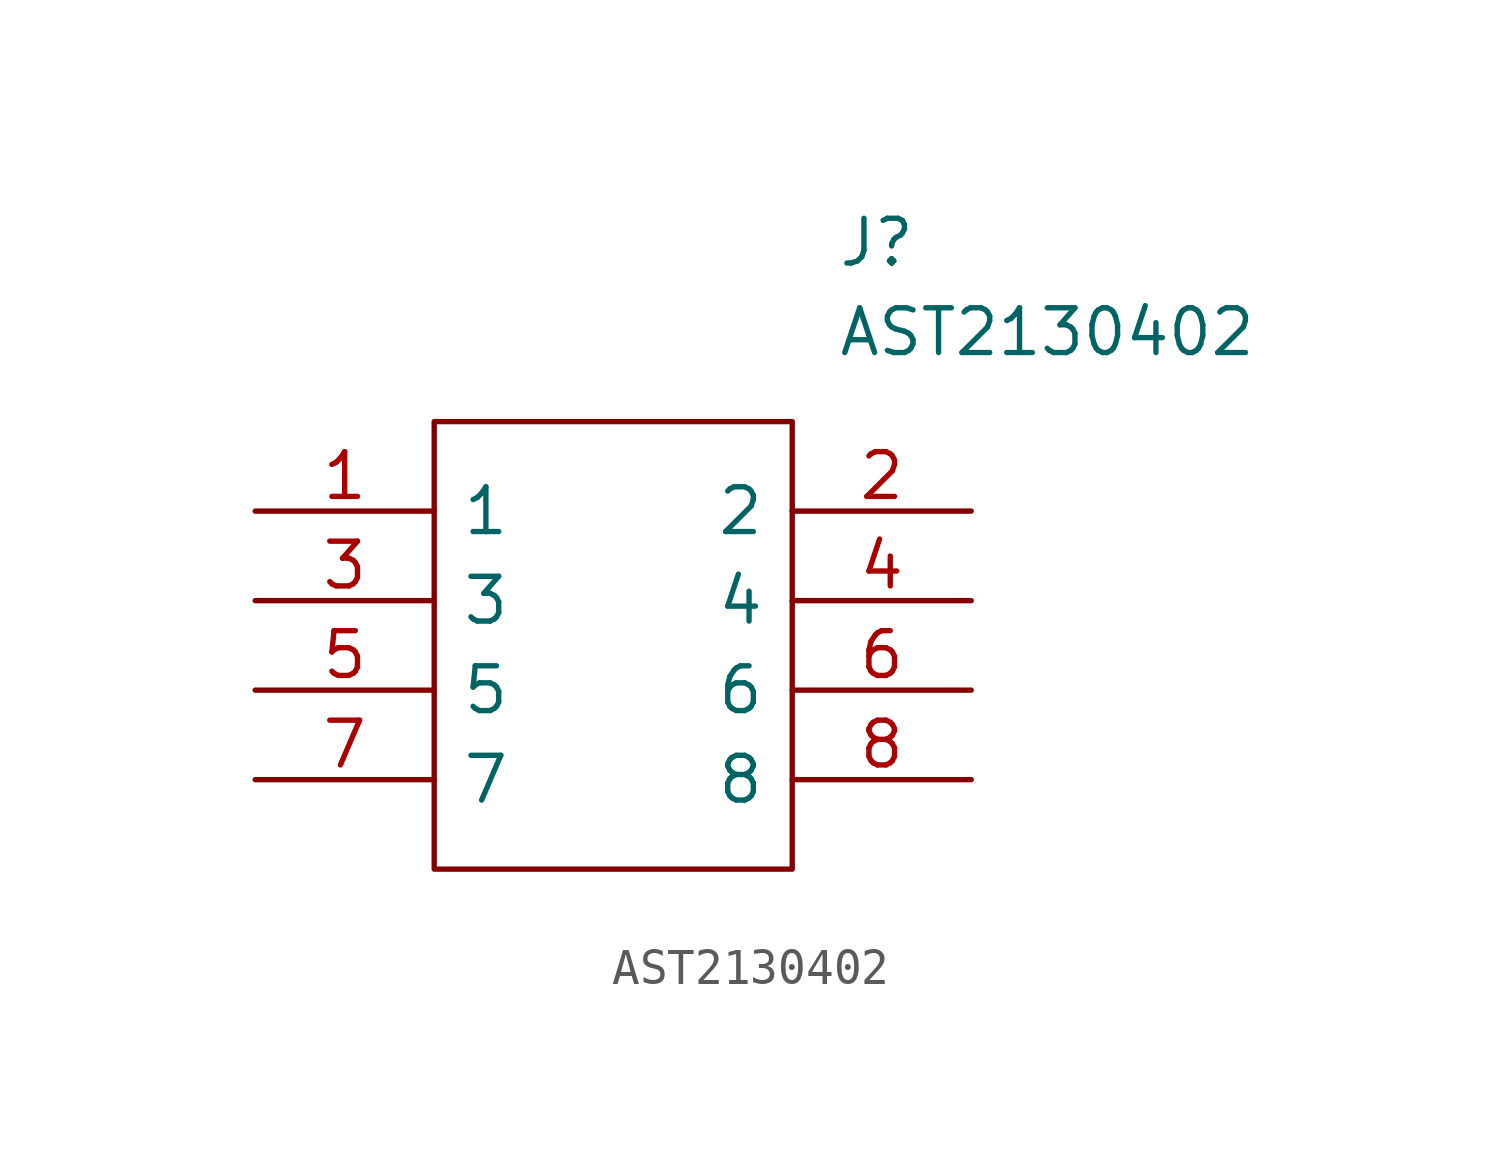
<source format=kicad_sym>
(kicad_symbol_lib
  (version 20231120)
  (generator "kicad_symbol_editor")
  (generator_version "8.0")
  (symbol "AST2130402"
    (pin_names
      (offset 0.762))
    (property "Reference" "J"
      (at 16.51 7.62 0)
      (effects (font (size 1.27 1.27)) (justify left)))
    (property "Value" "AST2130402"
      (at 16.51 5.08 0)
      (effects (font (size 1.27 1.27)) (justify left)))
    (symbol "AST2130402_0_0"
      (pin passive line (at 0 0 0) (length 5.08) (name "1" (effects (font (size 1.27 1.27)))) (number "1" (effects (font (size 1.27 1.27)))))
      (pin passive line (at 20.32 0 180) (length 5.08) (name "2" (effects (font (size 1.27 1.27)))) (number "2" (effects (font (size 1.27 1.27)))))
      (pin passive line (at 0 -2.54 0) (length 5.08) (name "3" (effects (font (size 1.27 1.27)))) (number "3" (effects (font (size 1.27 1.27)))))
      (pin passive line (at 20.32 -2.54 180) (length 5.08) (name "4" (effects (font (size 1.27 1.27)))) (number "4" (effects (font (size 1.27 1.27)))))
      (pin passive line (at 0 -5.08 0) (length 5.08) (name "5" (effects (font (size 1.27 1.27)))) (number "5" (effects (font (size 1.27 1.27)))))
      (pin passive line (at 20.32 -5.08 180) (length 5.08) (name "6" (effects (font (size 1.27 1.27)))) (number "6" (effects (font (size 1.27 1.27)))))
      (pin passive line (at 0 -7.62 0) (length 5.08) (name "7" (effects (font (size 1.27 1.27)))) (number "7" (effects (font (size 1.27 1.27)))))
      (pin passive line (at 20.32 -7.62 180) (length 5.08) (name "8" (effects (font (size 1.27 1.27)))) (number "8" (effects (font (size 1.27 1.27))))))
    (symbol "AST2130402_0_1"
      (polyline (pts (xy 5.08 2.54) (xy 15.24 2.54) (xy 15.24 -10.16) (xy 5.08 -10.16) (xy 5.08 2.54)) (stroke (width 0.152) (type solid)) (fill (type none))))))
</source>
